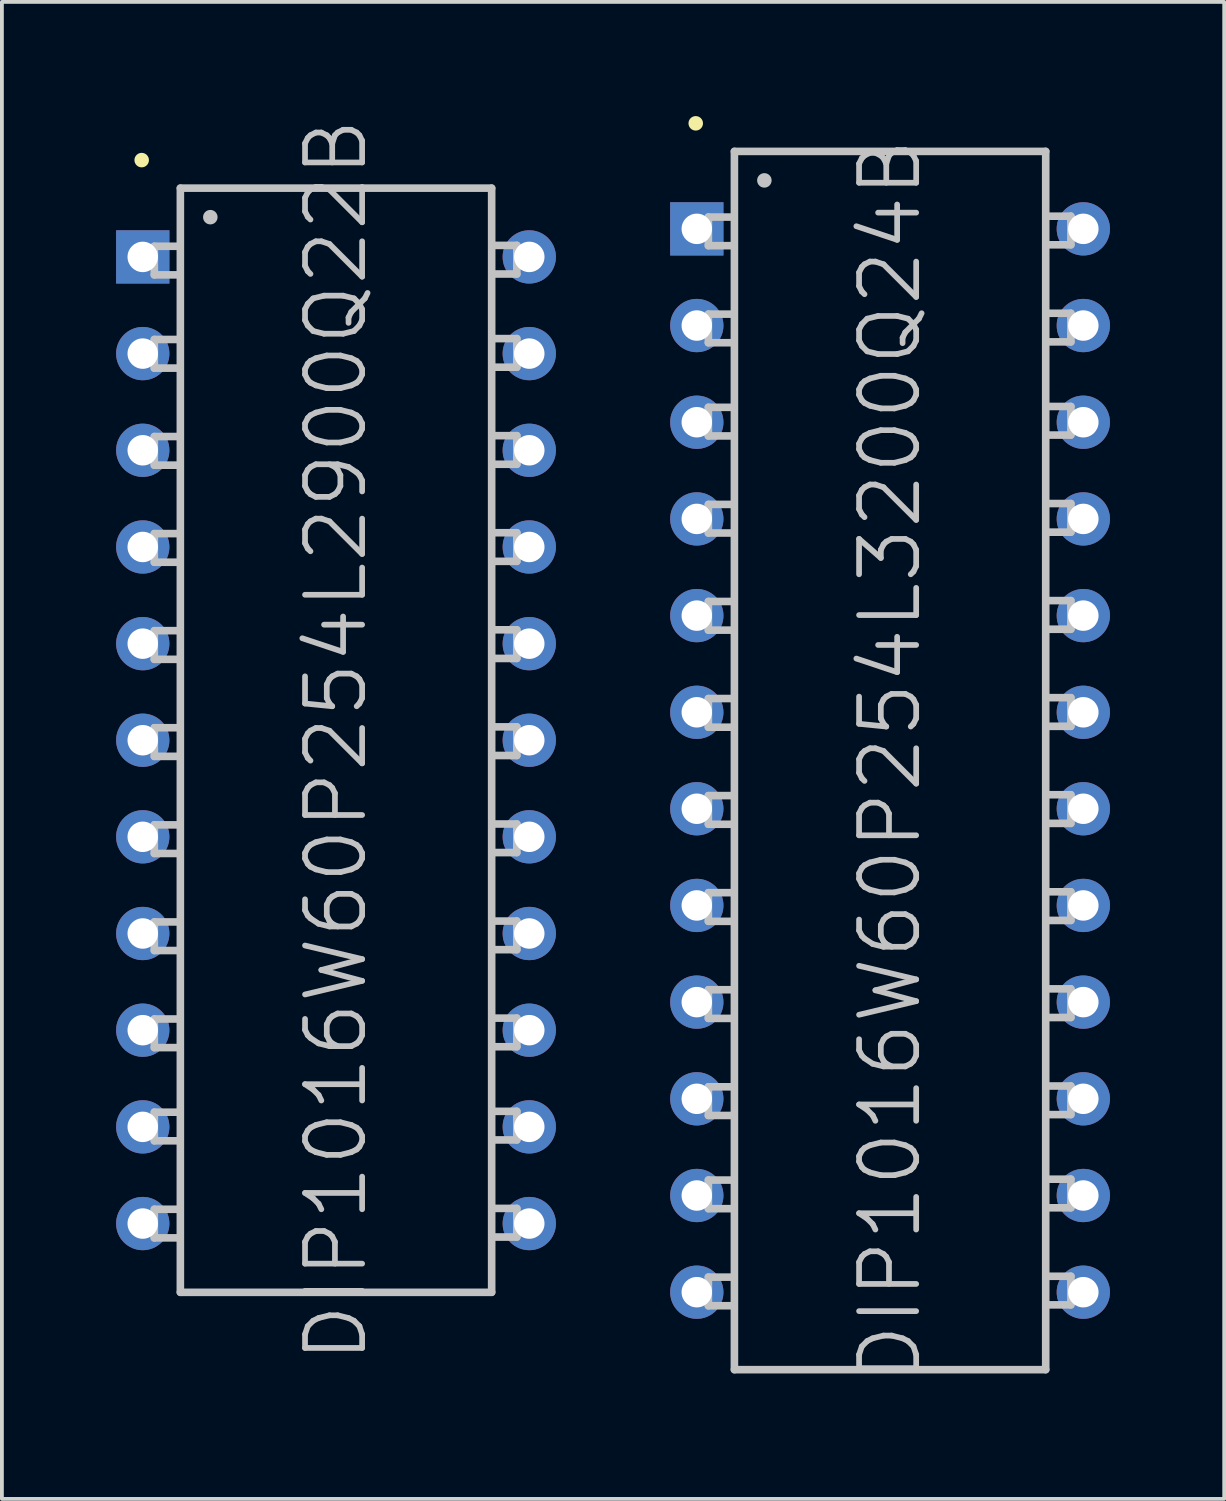
<source format=kicad_pcb>
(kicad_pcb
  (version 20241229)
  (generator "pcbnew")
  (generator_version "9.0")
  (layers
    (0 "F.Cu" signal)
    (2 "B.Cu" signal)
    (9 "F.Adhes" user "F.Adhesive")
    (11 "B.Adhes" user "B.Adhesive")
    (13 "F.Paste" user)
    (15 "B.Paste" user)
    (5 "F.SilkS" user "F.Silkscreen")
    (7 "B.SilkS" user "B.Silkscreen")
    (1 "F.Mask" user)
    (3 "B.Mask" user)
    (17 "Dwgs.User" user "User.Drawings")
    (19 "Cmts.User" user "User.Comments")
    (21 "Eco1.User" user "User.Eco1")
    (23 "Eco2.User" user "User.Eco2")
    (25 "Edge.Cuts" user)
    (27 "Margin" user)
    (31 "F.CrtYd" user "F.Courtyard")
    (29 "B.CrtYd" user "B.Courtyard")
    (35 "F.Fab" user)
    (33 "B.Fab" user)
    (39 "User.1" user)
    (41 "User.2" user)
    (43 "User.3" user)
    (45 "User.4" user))
  (footprint "DIP1016W60P254L3200Q24B"
    (layer "F.Cu")
    (at 20.332 16.929)
    (property "Reference" "DIP1016W60P254L3200Q24B" (at 0 0 90) (layer "Dwgs.User") (effects (font (size 1.5 1.5) (thickness 0.15))))
    (attr through_hole)
    (fp_line (start -5.105 -16.739) (end -5.105 -16.739) (stroke (width 0.381) (type solid)) (layer "F.SilkS"))
    (fp_line (start -4.773 -14.277) (end -4.122 -14.277) (stroke (width 0.2) (type solid)) (layer "Dwgs.User"))
    (fp_line (start -4.773 -13.525) (end -4.773 -14.277) (stroke (width 0.2) (type solid)) (layer "Dwgs.User"))
    (fp_line (start -4.773 -13.525) (end -4.122 -13.525) (stroke (width 0.2) (type solid)) (layer "Dwgs.User"))
    (fp_line (start -4.773 -11.727) (end -4.122 -11.727) (stroke (width 0.2) (type solid)) (layer "Dwgs.User"))
    (fp_line (start -4.773 -10.975) (end -4.773 -11.727) (stroke (width 0.2) (type solid)) (layer "Dwgs.User"))
    (fp_line (start -4.773 -10.975) (end -4.122 -10.975) (stroke (width 0.2) (type solid)) (layer "Dwgs.User"))
    (fp_line (start -4.773 -9.279) (end -4.122 -9.279) (stroke (width 0.2) (type solid)) (layer "Dwgs.User"))
    (fp_line (start -4.773 -8.527) (end -4.773 -9.279) (stroke (width 0.2) (type solid)) (layer "Dwgs.User"))
    (fp_line (start -4.773 -8.527) (end -4.122 -8.527) (stroke (width 0.2) (type solid)) (layer "Dwgs.User"))
    (fp_line (start -4.773 -6.728) (end -4.122 -6.728) (stroke (width 0.2) (type solid)) (layer "Dwgs.User"))
    (fp_line (start -4.773 -5.977) (end -4.773 -6.728) (stroke (width 0.2) (type solid)) (layer "Dwgs.User"))
    (fp_line (start -4.773 -5.977) (end -4.122 -5.977) (stroke (width 0.2) (type solid)) (layer "Dwgs.User"))
    (fp_line (start -4.773 -4.178) (end -4.122 -4.178) (stroke (width 0.2) (type solid)) (layer "Dwgs.User"))
    (fp_line (start -4.773 -3.426) (end -4.773 -4.178) (stroke (width 0.2) (type solid)) (layer "Dwgs.User"))
    (fp_line (start -4.773 -3.426) (end -4.122 -3.426) (stroke (width 0.2) (type solid)) (layer "Dwgs.User"))
    (fp_line (start -4.773 -1.628) (end -4.122 -1.628) (stroke (width 0.2) (type solid)) (layer "Dwgs.User"))
    (fp_line (start -4.773 -0.876) (end -4.773 -1.628) (stroke (width 0.2) (type solid)) (layer "Dwgs.User"))
    (fp_line (start -4.773 -0.876) (end -4.122 -0.876) (stroke (width 0.2) (type solid)) (layer "Dwgs.User"))
    (fp_line (start -4.773 0.922) (end -4.122 0.922) (stroke (width 0.2) (type solid)) (layer "Dwgs.User"))
    (fp_line (start -4.773 1.674) (end -4.773 0.922) (stroke (width 0.2) (type solid)) (layer "Dwgs.User"))
    (fp_line (start -4.773 1.674) (end -4.122 1.674) (stroke (width 0.2) (type solid)) (layer "Dwgs.User"))
    (fp_line (start -4.773 3.472) (end -4.122 3.472) (stroke (width 0.2) (type solid)) (layer "Dwgs.User"))
    (fp_line (start -4.773 4.224) (end -4.773 3.472) (stroke (width 0.2) (type solid)) (layer "Dwgs.User"))
    (fp_line (start -4.773 4.224) (end -4.122 4.224) (stroke (width 0.2) (type solid)) (layer "Dwgs.User"))
    (fp_line (start -4.773 6.022) (end -4.122 6.022) (stroke (width 0.2) (type solid)) (layer "Dwgs.User"))
    (fp_line (start -4.773 6.774) (end -4.773 6.022) (stroke (width 0.2) (type solid)) (layer "Dwgs.User"))
    (fp_line (start -4.773 6.774) (end -4.122 6.774) (stroke (width 0.2) (type solid)) (layer "Dwgs.User"))
    (fp_line (start -4.773 8.572) (end -4.122 8.572) (stroke (width 0.2) (type solid)) (layer "Dwgs.User"))
    (fp_line (start -4.773 9.324) (end -4.773 8.572) (stroke (width 0.2) (type solid)) (layer "Dwgs.User"))
    (fp_line (start -4.773 9.324) (end -4.122 9.324) (stroke (width 0.2) (type solid)) (layer "Dwgs.User"))
    (fp_line (start -4.773 11.021) (end -4.122 11.021) (stroke (width 0.2) (type solid)) (layer "Dwgs.User"))
    (fp_line (start -4.773 11.773) (end -4.773 11.021) (stroke (width 0.2) (type solid)) (layer "Dwgs.User"))
    (fp_line (start -4.773 11.773) (end -4.122 11.773) (stroke (width 0.2) (type solid)) (layer "Dwgs.User"))
    (fp_line (start -4.773 13.571) (end -4.122 13.571) (stroke (width 0.2) (type solid)) (layer "Dwgs.User"))
    (fp_line (start -4.773 14.323) (end -4.773 13.571) (stroke (width 0.2) (type solid)) (layer "Dwgs.User"))
    (fp_line (start -4.773 14.323) (end -4.122 14.323) (stroke (width 0.2) (type solid)) (layer "Dwgs.User"))
    (fp_line (start -4.089 -16.002) (end -4.089 16.002) (stroke (width 0.2) (type solid)) (layer "Dwgs.User"))
    (fp_line (start -4.089 -16.002) (end 4.089 -16.002) (stroke (width 0.2) (type solid)) (layer "Dwgs.User"))
    (fp_line (start -4.089 16.002) (end 4.089 16.002) (stroke (width 0.2) (type solid)) (layer "Dwgs.User"))
    (fp_line (start -3.302 -15.24) (end -3.302 -15.24) (stroke (width 0.381) (type solid)) (layer "Dwgs.User"))
    (fp_line (start 4.089 -16.002) (end 4.089 16.002) (stroke (width 0.2) (type solid)) (layer "Dwgs.User"))
    (fp_line (start 4.75 -14.3) (end 4.1 -14.3) (stroke (width 0.2) (type solid)) (layer "Dwgs.User"))
    (fp_line (start 4.75 -14.3) (end 4.75 -13.548) (stroke (width 0.2) (type solid)) (layer "Dwgs.User"))
    (fp_line (start 4.75 -13.548) (end 4.1 -13.548) (stroke (width 0.2) (type solid)) (layer "Dwgs.User"))
    (fp_line (start 4.75 -11.75) (end 4.1 -11.75) (stroke (width 0.2) (type solid)) (layer "Dwgs.User"))
    (fp_line (start 4.75 -11.75) (end 4.75 -10.998) (stroke (width 0.2) (type solid)) (layer "Dwgs.User"))
    (fp_line (start 4.75 -10.998) (end 4.1 -10.998) (stroke (width 0.2) (type solid)) (layer "Dwgs.User"))
    (fp_line (start 4.75 -9.301) (end 4.1 -9.301) (stroke (width 0.2) (type solid)) (layer "Dwgs.User"))
    (fp_line (start 4.75 -9.301) (end 4.75 -8.55) (stroke (width 0.2) (type solid)) (layer "Dwgs.User"))
    (fp_line (start 4.75 -8.55) (end 4.1 -8.55) (stroke (width 0.2) (type solid)) (layer "Dwgs.User"))
    (fp_line (start 4.75 -6.751) (end 4.1 -6.751) (stroke (width 0.2) (type solid)) (layer "Dwgs.User"))
    (fp_line (start 4.75 -6.751) (end 4.75 -5.999) (stroke (width 0.2) (type solid)) (layer "Dwgs.User"))
    (fp_line (start 4.75 -5.999) (end 4.1 -5.999) (stroke (width 0.2) (type solid)) (layer "Dwgs.User"))
    (fp_line (start 4.75 -4.201) (end 4.1 -4.201) (stroke (width 0.2) (type solid)) (layer "Dwgs.User"))
    (fp_line (start 4.75 -4.201) (end 4.75 -3.449) (stroke (width 0.2) (type solid)) (layer "Dwgs.User"))
    (fp_line (start 4.75 -3.449) (end 4.1 -3.449) (stroke (width 0.2) (type solid)) (layer "Dwgs.User"))
    (fp_line (start 4.75 -1.651) (end 4.1 -1.651) (stroke (width 0.2) (type solid)) (layer "Dwgs.User"))
    (fp_line (start 4.75 -1.651) (end 4.75 -0.899) (stroke (width 0.2) (type solid)) (layer "Dwgs.User"))
    (fp_line (start 4.75 -0.899) (end 4.1 -0.899) (stroke (width 0.2) (type solid)) (layer "Dwgs.User"))
    (fp_line (start 4.75 0.899) (end 4.1 0.899) (stroke (width 0.2) (type solid)) (layer "Dwgs.User"))
    (fp_line (start 4.75 0.899) (end 4.75 1.651) (stroke (width 0.2) (type solid)) (layer "Dwgs.User"))
    (fp_line (start 4.75 1.651) (end 4.1 1.651) (stroke (width 0.2) (type solid)) (layer "Dwgs.User"))
    (fp_line (start 4.75 3.449) (end 4.1 3.449) (stroke (width 0.2) (type solid)) (layer "Dwgs.User"))
    (fp_line (start 4.75 3.449) (end 4.75 4.201) (stroke (width 0.2) (type solid)) (layer "Dwgs.User"))
    (fp_line (start 4.75 4.201) (end 4.1 4.201) (stroke (width 0.2) (type solid)) (layer "Dwgs.User"))
    (fp_line (start 4.75 5.999) (end 4.1 5.999) (stroke (width 0.2) (type solid)) (layer "Dwgs.User"))
    (fp_line (start 4.75 5.999) (end 4.75 6.751) (stroke (width 0.2) (type solid)) (layer "Dwgs.User"))
    (fp_line (start 4.75 6.751) (end 4.1 6.751) (stroke (width 0.2) (type solid)) (layer "Dwgs.User"))
    (fp_line (start 4.75 8.55) (end 4.1 8.55) (stroke (width 0.2) (type solid)) (layer "Dwgs.User"))
    (fp_line (start 4.75 8.55) (end 4.75 9.301) (stroke (width 0.2) (type solid)) (layer "Dwgs.User"))
    (fp_line (start 4.75 9.301) (end 4.1 9.301) (stroke (width 0.2) (type solid)) (layer "Dwgs.User"))
    (fp_line (start 4.75 10.998) (end 4.1 10.998) (stroke (width 0.2) (type solid)) (layer "Dwgs.User"))
    (fp_line (start 4.75 10.998) (end 4.75 11.75) (stroke (width 0.2) (type solid)) (layer "Dwgs.User"))
    (fp_line (start 4.75 11.75) (end 4.1 11.75) (stroke (width 0.2) (type solid)) (layer "Dwgs.User"))
    (fp_line (start 4.75 13.548) (end 4.1 13.548) (stroke (width 0.2) (type solid)) (layer "Dwgs.User"))
    (fp_line (start 4.75 13.548) (end 4.75 14.3) (stroke (width 0.2) (type solid)) (layer "Dwgs.User"))
    (fp_line (start 4.75 14.3) (end 4.1 14.3) (stroke (width 0.2) (type solid)) (layer "Dwgs.User"))
    (pad "1" thru_hole rect (at -5.077 -13.967 180) (size 1.4 1.4) (drill 0.8) (layers "*.Cu" "*.Mask"))
    (pad "2" thru_hole circle (at -5.077 -11.427 180) (size 1.4 1.4) (drill 0.8) (layers "*.Cu" "*.Mask"))
    (pad "3" thru_hole circle (at -5.077 -8.887 180) (size 1.4 1.4) (drill 0.8) (layers "*.Cu" "*.Mask"))
    (pad "4" thru_hole circle (at -5.077 -6.347 180) (size 1.4 1.4) (drill 0.8) (layers "*.Cu" "*.Mask"))
    (pad "5" thru_hole circle (at -5.077 -3.807 180) (size 1.4 1.4) (drill 0.8) (layers "*.Cu" "*.Mask"))
    (pad "6" thru_hole circle (at -5.077 -1.267 180) (size 1.4 1.4) (drill 0.8) (layers "*.Cu" "*.Mask"))
    (pad "7" thru_hole circle (at -5.077 1.267 180) (size 1.4 1.4) (drill 0.8) (layers "*.Cu" "*.Mask"))
    (pad "8" thru_hole circle (at -5.077 3.807 180) (size 1.4 1.4) (drill 0.8) (layers "*.Cu" "*.Mask"))
    (pad "9" thru_hole circle (at -5.077 6.347 180) (size 1.4 1.4) (drill 0.8) (layers "*.Cu" "*.Mask"))
    (pad "10" thru_hole circle (at -5.077 8.887 180) (size 1.4 1.4) (drill 0.8) (layers "*.Cu" "*.Mask"))
    (pad "11" thru_hole circle (at -5.077 11.427 180) (size 1.4 1.4) (drill 0.8) (layers "*.Cu" "*.Mask"))
    (pad "12" thru_hole circle (at -5.077 13.967 180) (size 1.4 1.4) (drill 0.8) (layers "*.Cu" "*.Mask"))
    (pad "13" thru_hole circle (at 5.077 13.967 180) (size 1.4 1.4) (drill 0.8) (layers "*.Cu" "*.Mask"))
    (pad "14" thru_hole circle (at 5.077 11.427 180) (size 1.4 1.4) (drill 0.8) (layers "*.Cu" "*.Mask"))
    (pad "15" thru_hole circle (at 5.077 8.887 180) (size 1.4 1.4) (drill 0.8) (layers "*.Cu" "*.Mask"))
    (pad "16" thru_hole circle (at 5.077 6.347 180) (size 1.4 1.4) (drill 0.8) (layers "*.Cu" "*.Mask"))
    (pad "17" thru_hole circle (at 5.077 3.807 180) (size 1.4 1.4) (drill 0.8) (layers "*.Cu" "*.Mask"))
    (pad "18" thru_hole circle (at 5.077 1.267 180) (size 1.4 1.4) (drill 0.8) (layers "*.Cu" "*.Mask"))
    (pad "19" thru_hole circle (at 5.077 -1.267 180) (size 1.4 1.4) (drill 0.8) (layers "*.Cu" "*.Mask"))
    (pad "20" thru_hole circle (at 5.077 -3.807 180) (size 1.4 1.4) (drill 0.8) (layers "*.Cu" "*.Mask"))
    (pad "21" thru_hole circle (at 5.077 -6.347 180) (size 1.4 1.4) (drill 0.8) (layers "*.Cu" "*.Mask"))
    (pad "22" thru_hole circle (at 5.077 -8.887 180) (size 1.4 1.4) (drill 0.8) (layers "*.Cu" "*.Mask"))
    (pad "23" thru_hole circle (at 5.077 -11.427 180) (size 1.4 1.4) (drill 0.8) (layers "*.Cu" "*.Mask"))
    (pad "24" thru_hole circle (at 5.077 -13.967 180) (size 1.4 1.4) (drill 0.8) (layers "*.Cu" "*.Mask")))
  (footprint "DIP1016W60P254L2900Q22B"
    (layer "F.Cu")
    (at 5.777 16.396)
    (property "Reference" "DIP1016W60P254L2900Q22B" (at 0 0 90) (layer "Dwgs.User") (effects (font (size 1.5 1.5) (thickness 0.15))))
    (attr through_hole)
    (fp_line (start -5.105 -15.24) (end -5.105 -15.24) (stroke (width 0.381) (type solid)) (layer "F.SilkS"))
    (fp_line (start -4.773 -12.977) (end -4.122 -12.977) (stroke (width 0.2) (type solid)) (layer "Dwgs.User"))
    (fp_line (start -4.773 -12.225) (end -4.773 -12.977) (stroke (width 0.2) (type solid)) (layer "Dwgs.User"))
    (fp_line (start -4.773 -12.225) (end -4.122 -12.225) (stroke (width 0.2) (type solid)) (layer "Dwgs.User"))
    (fp_line (start -4.773 -10.528) (end -4.122 -10.528) (stroke (width 0.2) (type solid)) (layer "Dwgs.User"))
    (fp_line (start -4.773 -9.776) (end -4.773 -10.528) (stroke (width 0.2) (type solid)) (layer "Dwgs.User"))
    (fp_line (start -4.773 -9.776) (end -4.122 -9.776) (stroke (width 0.2) (type solid)) (layer "Dwgs.User"))
    (fp_line (start -4.773 -7.978) (end -4.122 -7.978) (stroke (width 0.2) (type solid)) (layer "Dwgs.User"))
    (fp_line (start -4.773 -7.226) (end -4.773 -7.978) (stroke (width 0.2) (type solid)) (layer "Dwgs.User"))
    (fp_line (start -4.773 -7.226) (end -4.122 -7.226) (stroke (width 0.2) (type solid)) (layer "Dwgs.User"))
    (fp_line (start -4.773 -5.428) (end -4.122 -5.428) (stroke (width 0.2) (type solid)) (layer "Dwgs.User"))
    (fp_line (start -4.773 -4.676) (end -4.773 -5.428) (stroke (width 0.2) (type solid)) (layer "Dwgs.User"))
    (fp_line (start -4.773 -4.676) (end -4.122 -4.676) (stroke (width 0.2) (type solid)) (layer "Dwgs.User"))
    (fp_line (start -4.773 -2.878) (end -4.122 -2.878) (stroke (width 0.2) (type solid)) (layer "Dwgs.User"))
    (fp_line (start -4.773 -2.126) (end -4.773 -2.878) (stroke (width 0.2) (type solid)) (layer "Dwgs.User"))
    (fp_line (start -4.773 -2.126) (end -4.122 -2.126) (stroke (width 0.2) (type solid)) (layer "Dwgs.User"))
    (fp_line (start -4.773 -0.328) (end -4.122 -0.328) (stroke (width 0.2) (type solid)) (layer "Dwgs.User"))
    (fp_line (start -4.773 0.424) (end -4.773 -0.328) (stroke (width 0.2) (type solid)) (layer "Dwgs.User"))
    (fp_line (start -4.773 0.424) (end -4.122 0.424) (stroke (width 0.2) (type solid)) (layer "Dwgs.User"))
    (fp_line (start -4.773 2.223) (end -4.122 2.223) (stroke (width 0.2) (type solid)) (layer "Dwgs.User"))
    (fp_line (start -4.773 2.974) (end -4.773 2.223) (stroke (width 0.2) (type solid)) (layer "Dwgs.User"))
    (fp_line (start -4.773 2.974) (end -4.122 2.974) (stroke (width 0.2) (type solid)) (layer "Dwgs.User"))
    (fp_line (start -4.773 4.773) (end -4.122 4.773) (stroke (width 0.2) (type solid)) (layer "Dwgs.User"))
    (fp_line (start -4.773 5.524) (end -4.773 4.773) (stroke (width 0.2) (type solid)) (layer "Dwgs.User"))
    (fp_line (start -4.773 5.524) (end -4.122 5.524) (stroke (width 0.2) (type solid)) (layer "Dwgs.User"))
    (fp_line (start -4.773 7.323) (end -4.122 7.323) (stroke (width 0.2) (type solid)) (layer "Dwgs.User"))
    (fp_line (start -4.773 8.075) (end -4.773 7.323) (stroke (width 0.2) (type solid)) (layer "Dwgs.User"))
    (fp_line (start -4.773 8.075) (end -4.122 8.075) (stroke (width 0.2) (type solid)) (layer "Dwgs.User"))
    (fp_line (start -4.773 9.771) (end -4.122 9.771) (stroke (width 0.2) (type solid)) (layer "Dwgs.User"))
    (fp_line (start -4.773 10.523) (end -4.773 9.771) (stroke (width 0.2) (type solid)) (layer "Dwgs.User"))
    (fp_line (start -4.773 10.523) (end -4.122 10.523) (stroke (width 0.2) (type solid)) (layer "Dwgs.User"))
    (fp_line (start -4.773 12.322) (end -4.122 12.322) (stroke (width 0.2) (type solid)) (layer "Dwgs.User"))
    (fp_line (start -4.773 13.073) (end -4.773 12.322) (stroke (width 0.2) (type solid)) (layer "Dwgs.User"))
    (fp_line (start -4.773 13.073) (end -4.122 13.073) (stroke (width 0.2) (type solid)) (layer "Dwgs.User"))
    (fp_line (start -4.089 -14.503) (end -4.089 14.503) (stroke (width 0.2) (type solid)) (layer "Dwgs.User"))
    (fp_line (start -4.089 -14.503) (end 4.089 -14.503) (stroke (width 0.2) (type solid)) (layer "Dwgs.User"))
    (fp_line (start -4.089 14.503) (end 4.089 14.503) (stroke (width 0.2) (type solid)) (layer "Dwgs.User"))
    (fp_line (start -3.302 -13.741) (end -3.302 -13.741) (stroke (width 0.381) (type solid)) (layer "Dwgs.User"))
    (fp_line (start 4.089 -14.503) (end 4.089 14.503) (stroke (width 0.2) (type solid)) (layer "Dwgs.User"))
    (fp_line (start 4.75 -13) (end 4.1 -13) (stroke (width 0.2) (type solid)) (layer "Dwgs.User"))
    (fp_line (start 4.75 -13) (end 4.75 -12.248) (stroke (width 0.2) (type solid)) (layer "Dwgs.User"))
    (fp_line (start 4.75 -12.248) (end 4.1 -12.248) (stroke (width 0.2) (type solid)) (layer "Dwgs.User"))
    (fp_line (start 4.75 -10.551) (end 4.1 -10.551) (stroke (width 0.2) (type solid)) (layer "Dwgs.User"))
    (fp_line (start 4.75 -10.551) (end 4.75 -9.799) (stroke (width 0.2) (type solid)) (layer "Dwgs.User"))
    (fp_line (start 4.75 -9.799) (end 4.1 -9.799) (stroke (width 0.2) (type solid)) (layer "Dwgs.User"))
    (fp_line (start 4.75 -8.001) (end 4.1 -8.001) (stroke (width 0.2) (type solid)) (layer "Dwgs.User"))
    (fp_line (start 4.75 -8.001) (end 4.75 -7.249) (stroke (width 0.2) (type solid)) (layer "Dwgs.User"))
    (fp_line (start 4.75 -7.249) (end 4.1 -7.249) (stroke (width 0.2) (type solid)) (layer "Dwgs.User"))
    (fp_line (start 4.75 -5.451) (end 4.1 -5.451) (stroke (width 0.2) (type solid)) (layer "Dwgs.User"))
    (fp_line (start 4.75 -5.451) (end 4.75 -4.699) (stroke (width 0.2) (type solid)) (layer "Dwgs.User"))
    (fp_line (start 4.75 -4.699) (end 4.1 -4.699) (stroke (width 0.2) (type solid)) (layer "Dwgs.User"))
    (fp_line (start 4.75 -2.901) (end 4.1 -2.901) (stroke (width 0.2) (type solid)) (layer "Dwgs.User"))
    (fp_line (start 4.75 -2.901) (end 4.75 -2.149) (stroke (width 0.2) (type solid)) (layer "Dwgs.User"))
    (fp_line (start 4.75 -2.149) (end 4.1 -2.149) (stroke (width 0.2) (type solid)) (layer "Dwgs.User"))
    (fp_line (start 4.75 -0.351) (end 4.1 -0.351) (stroke (width 0.2) (type solid)) (layer "Dwgs.User"))
    (fp_line (start 4.75 -0.351) (end 4.75 0.401) (stroke (width 0.2) (type solid)) (layer "Dwgs.User"))
    (fp_line (start 4.75 0.401) (end 4.1 0.401) (stroke (width 0.2) (type solid)) (layer "Dwgs.User"))
    (fp_line (start 4.75 2.2) (end 4.1 2.2) (stroke (width 0.2) (type solid)) (layer "Dwgs.User"))
    (fp_line (start 4.75 2.2) (end 4.75 2.951) (stroke (width 0.2) (type solid)) (layer "Dwgs.User"))
    (fp_line (start 4.75 2.951) (end 4.1 2.951) (stroke (width 0.2) (type solid)) (layer "Dwgs.User"))
    (fp_line (start 4.75 4.75) (end 4.1 4.75) (stroke (width 0.2) (type solid)) (layer "Dwgs.User"))
    (fp_line (start 4.75 4.75) (end 4.75 5.502) (stroke (width 0.2) (type solid)) (layer "Dwgs.User"))
    (fp_line (start 4.75 5.502) (end 4.1 5.502) (stroke (width 0.2) (type solid)) (layer "Dwgs.User"))
    (fp_line (start 4.75 7.3) (end 4.1 7.3) (stroke (width 0.2) (type solid)) (layer "Dwgs.User"))
    (fp_line (start 4.75 7.3) (end 4.75 8.052) (stroke (width 0.2) (type solid)) (layer "Dwgs.User"))
    (fp_line (start 4.75 8.052) (end 4.1 8.052) (stroke (width 0.2) (type solid)) (layer "Dwgs.User"))
    (fp_line (start 4.75 9.749) (end 4.1 9.749) (stroke (width 0.2) (type solid)) (layer "Dwgs.User"))
    (fp_line (start 4.75 9.749) (end 4.75 10.5) (stroke (width 0.2) (type solid)) (layer "Dwgs.User"))
    (fp_line (start 4.75 10.5) (end 4.1 10.5) (stroke (width 0.2) (type solid)) (layer "Dwgs.User"))
    (fp_line (start 4.75 12.299) (end 4.1 12.299) (stroke (width 0.2) (type solid)) (layer "Dwgs.User"))
    (fp_line (start 4.75 12.299) (end 4.75 13.051) (stroke (width 0.2) (type solid)) (layer "Dwgs.User"))
    (fp_line (start 4.75 13.051) (end 4.1 13.051) (stroke (width 0.2) (type solid)) (layer "Dwgs.User"))
    (pad "1" thru_hole rect (at -5.077 -12.697 180) (size 1.4 1.4) (drill 0.8) (layers "*.Cu" "*.Mask"))
    (pad "2" thru_hole circle (at -5.077 -10.157 180) (size 1.4 1.4) (drill 0.8) (layers "*.Cu" "*.Mask"))
    (pad "3" thru_hole circle (at -5.077 -7.617 180) (size 1.4 1.4) (drill 0.8) (layers "*.Cu" "*.Mask"))
    (pad "4" thru_hole circle (at -5.077 -5.077 180) (size 1.4 1.4) (drill 0.8) (layers "*.Cu" "*.Mask"))
    (pad "5" thru_hole circle (at -5.077 -2.537 180) (size 1.4 1.4) (drill 0.8) (layers "*.Cu" "*.Mask"))
    (pad "6" thru_hole circle (at -5.077 0 180) (size 1.4 1.4) (drill 0.8) (layers "*.Cu" "*.Mask"))
    (pad "7" thru_hole circle (at -5.077 2.537 180) (size 1.4 1.4) (drill 0.8) (layers "*.Cu" "*.Mask"))
    (pad "8" thru_hole circle (at -5.077 5.077 180) (size 1.4 1.4) (drill 0.8) (layers "*.Cu" "*.Mask"))
    (pad "9" thru_hole circle (at -5.077 7.617 180) (size 1.4 1.4) (drill 0.8) (layers "*.Cu" "*.Mask"))
    (pad "10" thru_hole circle (at -5.077 10.157 180) (size 1.4 1.4) (drill 0.8) (layers "*.Cu" "*.Mask"))
    (pad "11" thru_hole circle (at -5.077 12.697 180) (size 1.4 1.4) (drill 0.8) (layers "*.Cu" "*.Mask"))
    (pad "12" thru_hole circle (at 5.077 12.697 180) (size 1.4 1.4) (drill 0.8) (layers "*.Cu" "*.Mask"))
    (pad "13" thru_hole circle (at 5.077 10.157 180) (size 1.4 1.4) (drill 0.8) (layers "*.Cu" "*.Mask"))
    (pad "14" thru_hole circle (at 5.077 7.617 180) (size 1.4 1.4) (drill 0.8) (layers "*.Cu" "*.Mask"))
    (pad "15" thru_hole circle (at 5.077 5.077 180) (size 1.4 1.4) (drill 0.8) (layers "*.Cu" "*.Mask"))
    (pad "16" thru_hole circle (at 5.077 2.537 180) (size 1.4 1.4) (drill 0.8) (layers "*.Cu" "*.Mask"))
    (pad "17" thru_hole circle (at 5.077 0 180) (size 1.4 1.4) (drill 0.8) (layers "*.Cu" "*.Mask"))
    (pad "18" thru_hole circle (at 5.077 -2.537 180) (size 1.4 1.4) (drill 0.8) (layers "*.Cu" "*.Mask"))
    (pad "19" thru_hole circle (at 5.077 -5.077 180) (size 1.4 1.4) (drill 0.8) (layers "*.Cu" "*.Mask"))
    (pad "20" thru_hole circle (at 5.077 -7.617 180) (size 1.4 1.4) (drill 0.8) (layers "*.Cu" "*.Mask"))
    (pad "21" thru_hole circle (at 5.077 -10.157 180) (size 1.4 1.4) (drill 0.8) (layers "*.Cu" "*.Mask"))
    (pad "22" thru_hole circle (at 5.077 -12.697 180) (size 1.4 1.4) (drill 0.8) (layers "*.Cu" "*.Mask")))
  (gr_rect
    (start -3 -3)
    (end 29.11 36.326)
    (stroke (width 0.1) (type default))
    (fill no)
    (layer "Edge.Cuts")))
</source>
